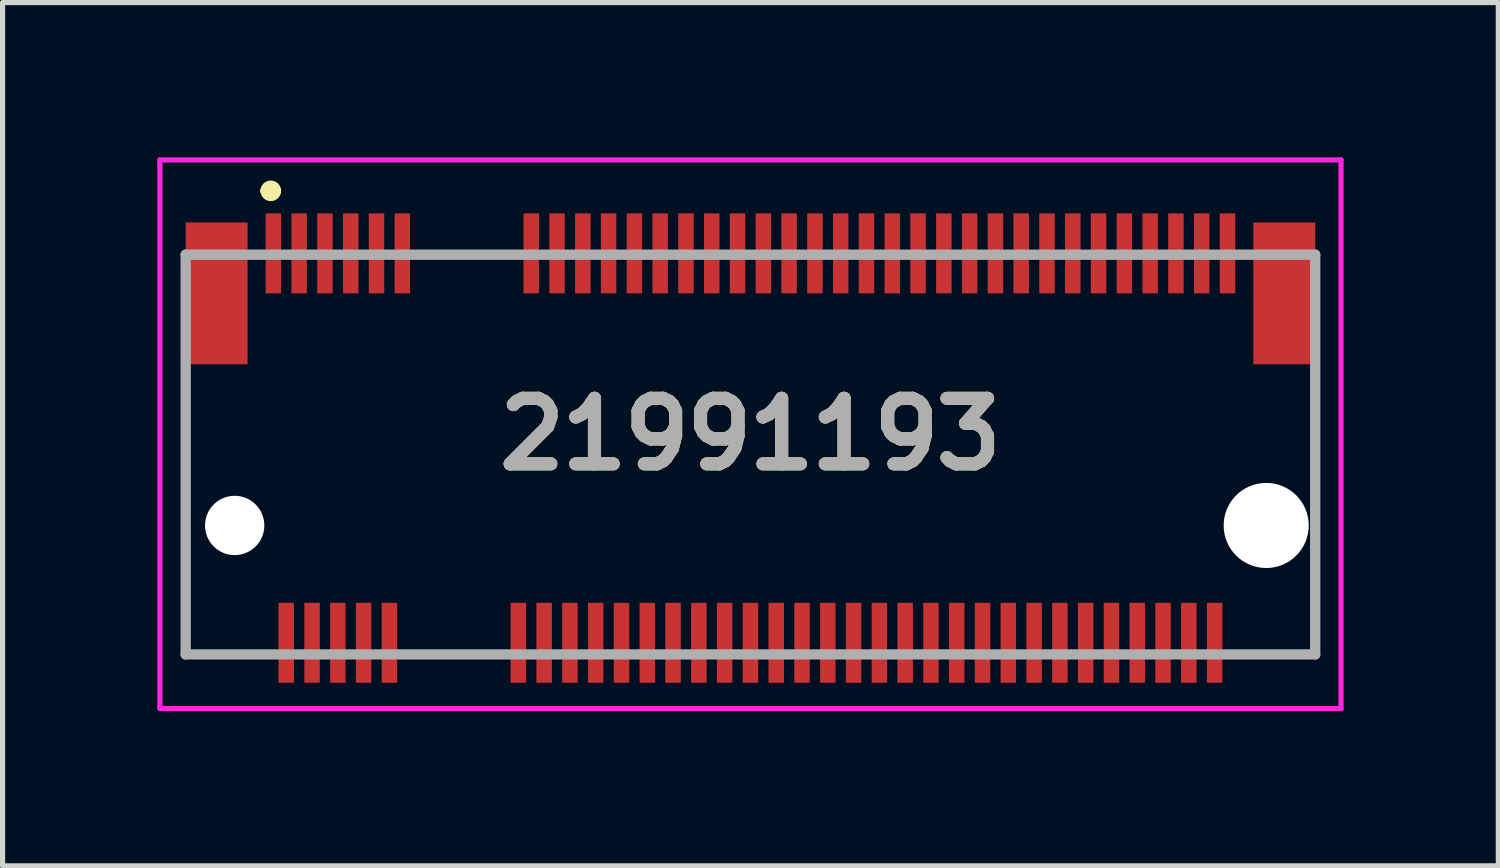
<source format=kicad_pcb>
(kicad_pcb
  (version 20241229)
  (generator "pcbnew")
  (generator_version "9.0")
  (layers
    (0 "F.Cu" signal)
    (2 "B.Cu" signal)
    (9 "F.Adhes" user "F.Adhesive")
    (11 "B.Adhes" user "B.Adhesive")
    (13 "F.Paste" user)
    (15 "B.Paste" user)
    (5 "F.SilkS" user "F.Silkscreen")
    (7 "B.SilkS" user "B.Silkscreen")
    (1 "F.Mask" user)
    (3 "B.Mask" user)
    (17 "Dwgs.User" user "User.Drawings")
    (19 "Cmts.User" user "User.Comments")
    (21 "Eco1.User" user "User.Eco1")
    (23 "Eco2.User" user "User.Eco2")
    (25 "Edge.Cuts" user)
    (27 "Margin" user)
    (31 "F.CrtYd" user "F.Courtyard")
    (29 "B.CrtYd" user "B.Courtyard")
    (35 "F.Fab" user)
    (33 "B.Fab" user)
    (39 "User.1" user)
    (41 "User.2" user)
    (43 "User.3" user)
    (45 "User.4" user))
  (footprint "21991193"
    (layer "F.Cu")
    (at 11.5 5.369)
    (property "Reference" "21991193" (at 0 0 0) (layer "F.SilkS") (effects (font (size 1.27 1.27) (thickness 0.254))))
    (attr through_hole)
    (fp_line (start -10.95 -0.619) (end -10.95 4.269) (stroke (width 0.1) (type solid)) (layer "F.SilkS"))
    (fp_line (start -10.95 4.269) (end -10 4.269) (stroke (width 0.1) (type solid)) (layer "F.SilkS"))
    (fp_line (start -9.4 -4.719) (end -9.4 -4.719) (stroke (width 0.2) (type solid)) (layer "F.SilkS"))
    (fp_line (start -9.2 -4.719) (end -9.2 -4.719) (stroke (width 0.2) (type solid)) (layer "F.SilkS"))
    (fp_line (start -6 -3.481) (end -5 -3.481) (stroke (width 0.1) (type solid)) (layer "F.SilkS"))
    (fp_line (start -6 4.269) (end -5.5 4.269) (stroke (width 0.1) (type solid)) (layer "F.SilkS"))
    (fp_line (start 10 4.269) (end 10.95 4.269) (stroke (width 0.1) (type solid)) (layer "F.SilkS"))
    (fp_line (start 10.95 -0.619) (end 10.95 0.881) (stroke (width 0.1) (type solid)) (layer "F.SilkS"))
    (fp_line (start 10.95 4.269) (end 10.95 2.881) (stroke (width 0.1) (type solid)) (layer "F.SilkS"))
    (fp_arc (start -9.4 -4.719) (mid -9.3 -4.819) (end -9.2 -4.719) (stroke (width 0.2) (type solid)) (layer "F.SilkS"))
    (fp_arc (start -9.2 -4.719) (mid -9.3 -4.619) (end -9.4 -4.719) (stroke (width 0.2) (type solid)) (layer "F.SilkS"))
    (fp_line (start -11.45 -5.319) (end 11.45 -5.319) (stroke (width 0.1) (type solid)) (layer "F.CrtYd"))
    (fp_line (start -11.45 5.319) (end -11.45 -5.319) (stroke (width 0.1) (type solid)) (layer "F.CrtYd"))
    (fp_line (start 11.45 -5.319) (end 11.45 5.319) (stroke (width 0.1) (type solid)) (layer "F.CrtYd"))
    (fp_line (start 11.45 5.319) (end -11.45 5.319) (stroke (width 0.1) (type solid)) (layer "F.CrtYd"))
    (fp_line (start -10.95 -3.481) (end 10.95 -3.481) (stroke (width 0.2) (type solid)) (layer "F.Fab"))
    (fp_line (start -10.95 4.269) (end -10.95 -3.481) (stroke (width 0.2) (type solid)) (layer "F.Fab"))
    (fp_line (start 10.95 -3.481) (end 10.95 4.269) (stroke (width 0.2) (type solid)) (layer "F.Fab"))
    (fp_line (start 10.95 4.269) (end -10.95 4.269) (stroke (width 0.2) (type solid)) (layer "F.Fab"))
    (fp_text user "${REFERENCE}" (at 0 0 0) (layer "F.Fab") (effects (font (size 1.27 1.27) (thickness 0.254))))
    (pad "" np_thru_hole circle (at -10 1.769) (size 1.15 1.15) (drill 1.15) (layers "*.Cu" "*.Mask"))
    (pad "" np_thru_hole circle (at 10 1.769) (size 1.65 1.65) (drill 1.65) (layers "*.Cu" "*.Mask"))
    (pad "1" smd rect (at -9.25 -3.506) (size 0.3 1.55) (layers "F.Cu" "F.Mask" "F.Paste"))
    (pad "2" smd rect (at -9 4.044) (size 0.3 1.55) (layers "F.Cu" "F.Mask" "F.Paste"))
    (pad "3" smd rect (at -8.75 -3.506) (size 0.3 1.55) (layers "F.Cu" "F.Mask" "F.Paste"))
    (pad "4" smd rect (at -8.5 4.044) (size 0.3 1.55) (layers "F.Cu" "F.Mask" "F.Paste"))
    (pad "5" smd rect (at -8.25 -3.506) (size 0.3 1.55) (layers "F.Cu" "F.Mask" "F.Paste"))
    (pad "6" smd rect (at -8 4.044) (size 0.3 1.55) (layers "F.Cu" "F.Mask" "F.Paste"))
    (pad "7" smd rect (at -7.75 -3.506) (size 0.3 1.55) (layers "F.Cu" "F.Mask" "F.Paste"))
    (pad "8" smd rect (at -7.5 4.044) (size 0.3 1.55) (layers "F.Cu" "F.Mask" "F.Paste"))
    (pad "9" smd rect (at -7.25 -3.506) (size 0.3 1.55) (layers "F.Cu" "F.Mask" "F.Paste"))
    (pad "10" smd rect (at -7 4.044) (size 0.3 1.55) (layers "F.Cu" "F.Mask" "F.Paste"))
    (pad "11" smd rect (at -6.75 -3.506) (size 0.3 1.55) (layers "F.Cu" "F.Mask" "F.Paste"))
    (pad "20" smd rect (at -4.5 4.044) (size 0.3 1.55) (layers "F.Cu" "F.Mask" "F.Paste"))
    (pad "21" smd rect (at -4.25 -3.506) (size 0.3 1.55) (layers "F.Cu" "F.Mask" "F.Paste"))
    (pad "22" smd rect (at -4 4.044) (size 0.3 1.55) (layers "F.Cu" "F.Mask" "F.Paste"))
    (pad "23" smd rect (at -3.75 -3.506) (size 0.3 1.55) (layers "F.Cu" "F.Mask" "F.Paste"))
    (pad "24" smd rect (at -3.5 4.044) (size 0.3 1.55) (layers "F.Cu" "F.Mask" "F.Paste"))
    (pad "25" smd rect (at -3.25 -3.506) (size 0.3 1.55) (layers "F.Cu" "F.Mask" "F.Paste"))
    (pad "26" smd rect (at -3 4.044) (size 0.3 1.55) (layers "F.Cu" "F.Mask" "F.Paste"))
    (pad "27" smd rect (at -2.75 -3.506) (size 0.3 1.55) (layers "F.Cu" "F.Mask" "F.Paste"))
    (pad "28" smd rect (at -2.5 4.044) (size 0.3 1.55) (layers "F.Cu" "F.Mask" "F.Paste"))
    (pad "29" smd rect (at -2.25 -3.506) (size 0.3 1.55) (layers "F.Cu" "F.Mask" "F.Paste"))
    (pad "30" smd rect (at -2 4.044) (size 0.3 1.55) (layers "F.Cu" "F.Mask" "F.Paste"))
    (pad "31" smd rect (at -1.75 -3.506) (size 0.3 1.55) (layers "F.Cu" "F.Mask" "F.Paste"))
    (pad "32" smd rect (at -1.5 4.044) (size 0.3 1.55) (layers "F.Cu" "F.Mask" "F.Paste"))
    (pad "33" smd rect (at -1.25 -3.506) (size 0.3 1.55) (layers "F.Cu" "F.Mask" "F.Paste"))
    (pad "34" smd rect (at -1 4.044) (size 0.3 1.55) (layers "F.Cu" "F.Mask" "F.Paste"))
    (pad "35" smd rect (at -0.75 -3.506) (size 0.3 1.55) (layers "F.Cu" "F.Mask" "F.Paste"))
    (pad "36" smd rect (at -0.5 4.044) (size 0.3 1.55) (layers "F.Cu" "F.Mask" "F.Paste"))
    (pad "37" smd rect (at -0.25 -3.506) (size 0.3 1.55) (layers "F.Cu" "F.Mask" "F.Paste"))
    (pad "38" smd rect (at 0 4.044) (size 0.3 1.55) (layers "F.Cu" "F.Mask" "F.Paste"))
    (pad "39" smd rect (at 0.25 -3.506) (size 0.3 1.55) (layers "F.Cu" "F.Mask" "F.Paste"))
    (pad "40" smd rect (at 0.5 4.044) (size 0.3 1.55) (layers "F.Cu" "F.Mask" "F.Paste"))
    (pad "41" smd rect (at 0.75 -3.506) (size 0.3 1.55) (layers "F.Cu" "F.Mask" "F.Paste"))
    (pad "42" smd rect (at 1 4.044) (size 0.3 1.55) (layers "F.Cu" "F.Mask" "F.Paste"))
    (pad "43" smd rect (at 1.25 -3.506) (size 0.3 1.55) (layers "F.Cu" "F.Mask" "F.Paste"))
    (pad "44" smd rect (at 1.5 4.044) (size 0.3 1.55) (layers "F.Cu" "F.Mask" "F.Paste"))
    (pad "45" smd rect (at 1.75 -3.506) (size 0.3 1.55) (layers "F.Cu" "F.Mask" "F.Paste"))
    (pad "46" smd rect (at 2 4.044) (size 0.3 1.55) (layers "F.Cu" "F.Mask" "F.Paste"))
    (pad "47" smd rect (at 2.25 -3.506) (size 0.3 1.55) (layers "F.Cu" "F.Mask" "F.Paste"))
    (pad "48" smd rect (at 2.5 4.044) (size 0.3 1.55) (layers "F.Cu" "F.Mask" "F.Paste"))
    (pad "49" smd rect (at 2.75 -3.506) (size 0.3 1.55) (layers "F.Cu" "F.Mask" "F.Paste"))
    (pad "50" smd rect (at 3 4.044) (size 0.3 1.55) (layers "F.Cu" "F.Mask" "F.Paste"))
    (pad "51" smd rect (at 3.25 -3.506) (size 0.3 1.55) (layers "F.Cu" "F.Mask" "F.Paste"))
    (pad "52" smd rect (at 3.5 4.044) (size 0.3 1.55) (layers "F.Cu" "F.Mask" "F.Paste"))
    (pad "53" smd rect (at 3.75 -3.506) (size 0.3 1.55) (layers "F.Cu" "F.Mask" "F.Paste"))
    (pad "54" smd rect (at 4 4.044) (size 0.3 1.55) (layers "F.Cu" "F.Mask" "F.Paste"))
    (pad "55" smd rect (at 4.25 -3.506) (size 0.3 1.55) (layers "F.Cu" "F.Mask" "F.Paste"))
    (pad "56" smd rect (at 4.5 4.044) (size 0.3 1.55) (layers "F.Cu" "F.Mask" "F.Paste"))
    (pad "57" smd rect (at 4.75 -3.506) (size 0.3 1.55) (layers "F.Cu" "F.Mask" "F.Paste"))
    (pad "58" smd rect (at 5 4.044) (size 0.3 1.55) (layers "F.Cu" "F.Mask" "F.Paste"))
    (pad "59" smd rect (at 5.25 -3.506) (size 0.3 1.55) (layers "F.Cu" "F.Mask" "F.Paste"))
    (pad "60" smd rect (at 5.5 4.044) (size 0.3 1.55) (layers "F.Cu" "F.Mask" "F.Paste"))
    (pad "61" smd rect (at 5.75 -3.506) (size 0.3 1.55) (layers "F.Cu" "F.Mask" "F.Paste"))
    (pad "62" smd rect (at 6 4.044) (size 0.3 1.55) (layers "F.Cu" "F.Mask" "F.Paste"))
    (pad "63" smd rect (at 6.25 -3.506) (size 0.3 1.55) (layers "F.Cu" "F.Mask" "F.Paste"))
    (pad "64" smd rect (at 6.5 4.044) (size 0.3 1.55) (layers "F.Cu" "F.Mask" "F.Paste"))
    (pad "65" smd rect (at 6.75 -3.506) (size 0.3 1.55) (layers "F.Cu" "F.Mask" "F.Paste"))
    (pad "66" smd rect (at 7 4.044) (size 0.3 1.55) (layers "F.Cu" "F.Mask" "F.Paste"))
    (pad "67" smd rect (at 7.25 -3.506) (size 0.3 1.55) (layers "F.Cu" "F.Mask" "F.Paste"))
    (pad "68" smd rect (at 7.5 4.044) (size 0.3 1.55) (layers "F.Cu" "F.Mask" "F.Paste"))
    (pad "69" smd rect (at 7.75 -3.506) (size 0.3 1.55) (layers "F.Cu" "F.Mask" "F.Paste"))
    (pad "70" smd rect (at 8 4.044) (size 0.3 1.55) (layers "F.Cu" "F.Mask" "F.Paste"))
    (pad "71" smd rect (at 8.25 -3.506) (size 0.3 1.55) (layers "F.Cu" "F.Mask" "F.Paste"))
    (pad "72" smd rect (at 8.5 4.044) (size 0.3 1.55) (layers "F.Cu" "F.Mask" "F.Paste"))
    (pad "73" smd rect (at 8.75 -3.506) (size 0.3 1.55) (layers "F.Cu" "F.Mask" "F.Paste"))
    (pad "74" smd rect (at 9 4.044) (size 0.3 1.55) (layers "F.Cu" "F.Mask" "F.Paste"))
    (pad "75" smd rect (at 9.25 -3.506) (size 0.3 1.55) (layers "F.Cu" "F.Mask" "F.Paste"))
    (pad "MP1" smd rect (at -10.35 -2.731) (size 1.2 2.75) (layers "F.Cu" "F.Mask" "F.Paste"))
    (pad "MP2" smd rect (at 10.35 -2.731) (size 1.2 2.75) (layers "F.Cu" "F.Mask" "F.Paste")))
  (gr_rect
    (start -3 -3)
    (end 26 13.738)
    (stroke (width 0.1) (type default))
    (fill no)
    (layer "Edge.Cuts")))
</source>
